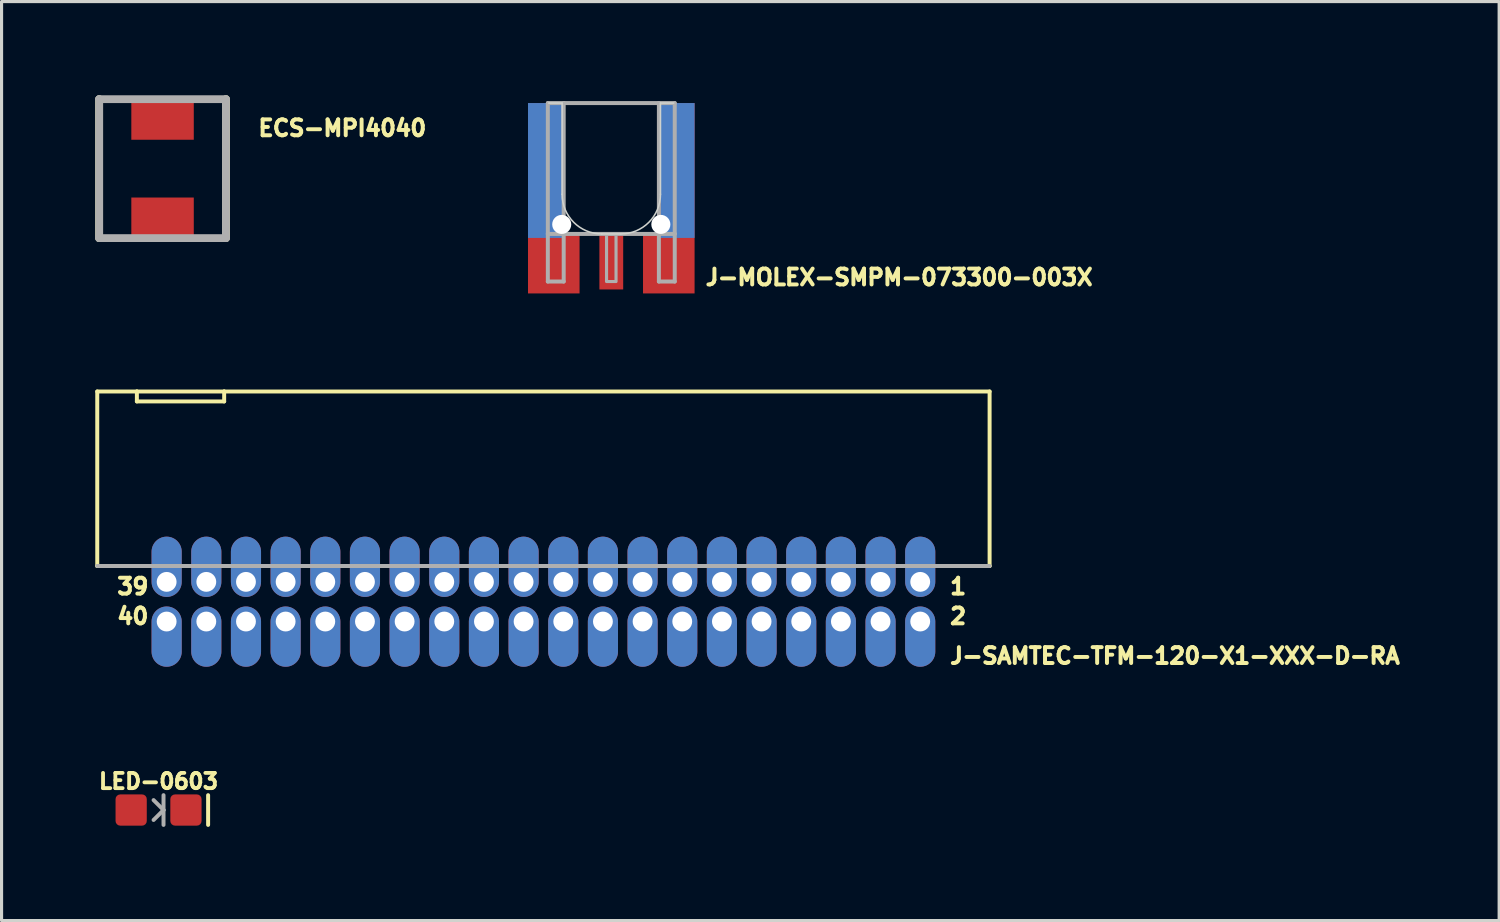
<source format=kicad_pcb>
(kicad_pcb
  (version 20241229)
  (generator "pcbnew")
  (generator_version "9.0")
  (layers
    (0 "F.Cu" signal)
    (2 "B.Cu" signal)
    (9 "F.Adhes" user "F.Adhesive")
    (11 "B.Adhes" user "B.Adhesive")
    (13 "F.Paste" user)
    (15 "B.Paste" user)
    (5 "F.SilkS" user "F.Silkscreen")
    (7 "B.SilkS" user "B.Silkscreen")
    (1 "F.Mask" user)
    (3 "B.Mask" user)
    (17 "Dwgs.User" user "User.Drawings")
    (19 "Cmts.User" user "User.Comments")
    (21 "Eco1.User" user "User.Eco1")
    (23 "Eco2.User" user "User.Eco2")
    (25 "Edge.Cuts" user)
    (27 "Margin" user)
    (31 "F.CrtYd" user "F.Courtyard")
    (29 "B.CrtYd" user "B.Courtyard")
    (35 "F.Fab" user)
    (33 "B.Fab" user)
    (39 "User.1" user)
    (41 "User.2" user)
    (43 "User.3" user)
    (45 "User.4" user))
  (footprint "ECS-MPI4040"
    (layer "F.Cu")
    (at 2.155 2.35)
    (property "Reference" "ECS-MPI4040" (at 3 -1 0) (layer "F.SilkS") (effects (font (size 0.508 0.508) (thickness 0.127)) (justify left bottom)))
    (fp_line (start -2.03 -2.225) (end -2.03 2.225) (stroke (width 0.25) (type solid)) (layer "F.SilkS"))
    (fp_line (start 2.03 -2.225) (end 2.03 2.225) (stroke (width 0.25) (type solid)) (layer "F.SilkS"))
    (fp_line (start -2.03 -2.225) (end -2.03 2.225) (stroke (width 0.25) (type solid)) (layer "F.Fab"))
    (fp_line (start 2.03 -2.225) (end -2.03 -2.225) (stroke (width 0.25) (type solid)) (layer "F.Fab"))
    (fp_line (start 2.03 -2.225) (end 2.03 2.225) (stroke (width 0.25) (type solid)) (layer "F.Fab"))
    (fp_line (start 2.03 2.225) (end -2.03 2.225) (stroke (width 0.25) (type solid)) (layer "F.Fab"))
    (pad "1" smd rect (at 0 -1.575) (size 2 1.3) (layers "F.Cu" "F.Mask" "F.Paste"))
    (pad "2" smd rect (at 0 1.575) (size 2 1.3) (layers "F.Cu" "F.Mask" "F.Paste")))
  (footprint "LED-0603"
    (layer "F.Cu")
    (at 2.027 22.888)
    (property "Reference" "LED-0603" (at 0 -0.635 0) (layer "F.SilkS") (effects (font (size 0.488 0.488) (thickness 0.122)) (justify bottom)))
    (fp_line (start 1.587 -0.476) (end 1.587 0.476) (stroke (width 0.127) (type solid)) (layer "F.SilkS"))
    (fp_line (start 0.159 -0.476) (end 0.159 0) (stroke (width 0.127) (type solid)) (layer "F.Fab"))
    (fp_line (start 0.159 0) (end -0.159 -0.318) (stroke (width 0.127) (type solid)) (layer "F.Fab"))
    (fp_line (start 0.159 0) (end -0.159 0.318) (stroke (width 0.127) (type solid)) (layer "F.Fab"))
    (fp_line (start 0.159 0) (end 0.159 0.476) (stroke (width 0.127) (type solid)) (layer "F.Fab"))
    (pad "A" smd roundrect (at -0.877 0 270) (size 1 1) (layers "F.Cu" "F.Mask" "F.Paste") (roundrect_rratio 0.15))
    (pad "C" smd roundrect (at 0.877 0 270) (size 1 1) (layers "F.Cu" "F.Mask" "F.Paste") (roundrect_rratio 0.15)))
  (footprint "J-MOLEX-SMPM-073300-003X"
    (layer "F.Cu")
    (at 16.524 0.25)
    (property "Reference" "J-MOLEX-SMPM-073300-003X" (at 2.953 5.877 0) (layer "F.SilkS") (effects (font (size 0.508 0.508) (thickness 0.127)) (justify left bottom)))
    (fp_poly (pts (xy -1.575 4.191) (xy -1.016 4.191) (xy -1.016 6.096) (xy -2.667 6.096) (xy -2.667 0) (xy -1.575 0)) (stroke (width 0) (type solid)) (fill yes) (layer "F.Cu"))
    (fp_poly (pts (xy 2.667 6.096) (xy 1.016 6.096) (xy 1.016 4.191) (xy 1.575 4.191) (xy 1.575 0) (xy 2.667 0)) (stroke (width 0) (type solid)) (fill yes) (layer "F.Cu"))
    (fp_poly (pts (xy -1.448 4.115) (xy -0.94 4.115) (xy -0.94 6.172) (xy -2.743 6.172) (xy -2.743 -0.076) (xy -1.448 -0.076)) (stroke (width 0) (type solid)) (fill yes) (layer "F.Mask"))
    (fp_poly (pts (xy 2.743 6.172) (xy 0.94 6.172) (xy 0.94 4.115) (xy 1.448 4.115) (xy 1.448 -0.076) (xy 2.743 -0.076)) (stroke (width 0) (type solid)) (fill yes) (layer "F.Mask"))
    (fp_poly (pts (xy -1.575 4.318) (xy -2.667 4.318) (xy -2.667 0) (xy -1.575 0)) (stroke (width 0) (type solid)) (fill yes) (layer "B.Cu"))
    (fp_poly (pts (xy 2.667 4.318) (xy 1.575 4.318) (xy 1.575 0) (xy 2.667 0)) (stroke (width 0) (type solid)) (fill yes) (layer "B.Cu"))
    (fp_poly (pts (xy -1.448 4.394) (xy -2.743 4.394) (xy -2.743 -0.076) (xy -1.448 -0.076)) (stroke (width 0) (type solid)) (fill yes) (layer "B.Mask"))
    (fp_poly (pts (xy 2.743 4.394) (xy 1.448 4.394) (xy 1.448 -0.076) (xy 2.743 -0.076)) (stroke (width 0) (type solid)) (fill yes) (layer "B.Mask"))
    (fp_line (start -2 0) (end -1.575 0) (stroke (width 0.05) (type solid)) (layer "Edge.Cuts"))
    (fp_line (start -1.575 0) (end -1.575 2.921) (stroke (width 0.05) (type solid)) (layer "Edge.Cuts"))
    (fp_line (start -0.305 4.191) (end 0.305 4.191) (stroke (width 0.05) (type solid)) (layer "Edge.Cuts"))
    (fp_line (start 1.575 0) (end 2 0) (stroke (width 0.05) (type solid)) (layer "Edge.Cuts"))
    (fp_line (start 1.575 2.921) (end 1.575 0) (stroke (width 0.05) (type solid)) (layer "Edge.Cuts"))
    (fp_arc (start -0.304799 4.191001) (mid -1.202825 3.819026) (end -1.5748 2.921) (stroke (width 0.05) (type solid)) (layer "Edge.Cuts"))
    (fp_arc (start 1.574799 2.920999) (mid 1.202825 3.819025) (end 0.3048 4.191) (stroke (width 0.05) (type solid)) (layer "Edge.Cuts"))
    (fp_line (start -2.032 0) (end -2.032 4.191) (stroke (width 0.127) (type solid)) (layer "F.Fab"))
    (fp_line (start -2.032 4.191) (end -2.032 5.715) (stroke (width 0.127) (type solid)) (layer "F.Fab"))
    (fp_line (start -2.032 4.191) (end -1.524 4.191) (stroke (width 0.127) (type solid)) (layer "F.Fab"))
    (fp_line (start -2.032 5.715) (end -1.524 5.715) (stroke (width 0.127) (type solid)) (layer "F.Fab"))
    (fp_line (start -1.524 0) (end -2.032 0) (stroke (width 0.127) (type solid)) (layer "F.Fab"))
    (fp_line (start -1.524 0) (end -1.524 4.191) (stroke (width 0.127) (type solid)) (layer "F.Fab"))
    (fp_line (start -1.524 4.191) (end 0 4.191) (stroke (width 0.127) (type solid)) (layer "F.Fab"))
    (fp_line (start -1.524 5.715) (end -1.524 4.191) (stroke (width 0.127) (type solid)) (layer "F.Fab"))
    (fp_line (start 0 4.191) (end 1.524 4.191) (stroke (width 0.127) (type solid)) (layer "F.Fab"))
    (fp_line (start 1.524 0) (end -1.524 0) (stroke (width 0.127) (type solid)) (layer "F.Fab"))
    (fp_line (start 1.524 0) (end 1.524 4.191) (stroke (width 0.127) (type solid)) (layer "F.Fab"))
    (fp_line (start 1.524 4.191) (end 2.032 4.191) (stroke (width 0.127) (type solid)) (layer "F.Fab"))
    (fp_line (start 1.524 5.715) (end 1.524 4.191) (stroke (width 0.127) (type solid)) (layer "F.Fab"))
    (fp_line (start 2.032 0) (end 1.524 0) (stroke (width 0.127) (type solid)) (layer "F.Fab"))
    (fp_line (start 2.032 4.191) (end 2.032 0) (stroke (width 0.127) (type solid)) (layer "F.Fab"))
    (fp_line (start 2.032 4.191) (end 2.032 5.715) (stroke (width 0.127) (type solid)) (layer "F.Fab"))
    (fp_line (start 2.032 5.715) (end 1.524 5.715) (stroke (width 0.127) (type solid)) (layer "F.Fab"))
    (fp_poly (pts (xy -0.152 5.715) (xy 0.152 5.715) (xy 0.152 4.191) (xy -0.152 4.191)) (stroke (width 0.1) (type solid)) (fill no) (layer "F.Fab"))
    (pad "" np_thru_hole circle (at -1.587 3.886) (size 0.61 0.61) (drill 0.61) (layers "*.Cu" "*.Mask"))
    (pad "" np_thru_hole circle (at 1.587 3.886) (size 0.61 0.61) (drill 0.61) (layers "*.Cu" "*.Mask"))
    (pad "P$1" smd rect (at -1.778 5.08) (size 0.508 0.508) (layers "F.Cu"))
    (pad "P$2" smd rect (at 1.778 5.08) (size 0.508 0.508) (layers "F.Cu"))
    (pad "P$3" smd rect (at -2.032 1.778 180) (size 0.508 0.508) (layers "B.Cu"))
    (pad "P$4" smd rect (at 2.032 1.778 180) (size 0.508 0.508) (layers "B.Cu"))
    (pad "RF" smd rect (at 0 5.08) (size 0.762 1.778) (layers "F.Cu" "F.Mask")))
  (footprint "J-SAMTEC-TFM-120-X1-XXX-D-RA"
    (layer "F.Cu")
    (at 14.351 16.217)
    (property "Reference" "J-SAMTEC-TFM-120-X1-XXX-D-RA" (at 12.954 2.032 0) (layer "F.SilkS") (effects (font (size 0.508 0.508) (thickness 0.127)) (justify left bottom)))
    (fp_line (start -14.287 -6.731) (end -13.018 -6.731) (stroke (width 0.127) (type solid)) (layer "F.SilkS"))
    (fp_line (start -14.287 -1.143) (end -14.287 -6.731) (stroke (width 0.127) (type solid)) (layer "F.SilkS"))
    (fp_line (start -14.287 -1.143) (end -13.018 -1.143) (stroke (width 0.127) (type solid)) (layer "F.SilkS"))
    (fp_line (start -13.018 -6.731) (end -13.018 -6.413) (stroke (width 0.127) (type solid)) (layer "F.SilkS"))
    (fp_line (start -13.018 -6.731) (end -10.223 -6.731) (stroke (width 0.127) (type solid)) (layer "F.SilkS"))
    (fp_line (start -13.018 -6.413) (end -10.223 -6.413) (stroke (width 0.127) (type solid)) (layer "F.SilkS"))
    (fp_line (start -10.223 -6.731) (end 14.287 -6.731) (stroke (width 0.127) (type solid)) (layer "F.SilkS"))
    (fp_line (start -10.223 -6.413) (end -10.223 -6.731) (stroke (width 0.127) (type solid)) (layer "F.SilkS"))
    (fp_line (start 12.827 -1.143) (end 14.287 -1.143) (stroke (width 0.127) (type solid)) (layer "F.SilkS"))
    (fp_line (start 14.287 -6.731) (end 14.287 -1.143) (stroke (width 0.127) (type solid)) (layer "F.SilkS"))
    (fp_line (start -14.287 -1.143) (end -13.018 -1.143) (stroke (width 0.127) (type solid)) (layer "F.Fab"))
    (fp_line (start -13.018 -1.143) (end -10.223 -1.143) (stroke (width 0.127) (type solid)) (layer "F.Fab"))
    (fp_line (start -10.223 -1.143) (end 14.287 -1.143) (stroke (width 0.127) (type solid)) (layer "F.Fab"))
    (fp_text user "39" (at -13.716 -0.191 0) (layer "F.SilkS") (effects (font (size 0.508 0.508) (thickness 0.127)) (justify left bottom)))
    (fp_text user "1" (at 12.954 -0.191 0) (layer "F.SilkS") (effects (font (size 0.508 0.508) (thickness 0.127)) (justify left bottom)))
    (fp_text user "40" (at -13.716 0.762 0) (layer "F.SilkS") (effects (font (size 0.508 0.508) (thickness 0.127)) (justify left bottom)))
    (fp_text user "2" (at 12.954 0.762 0) (layer "F.SilkS") (effects (font (size 0.508 0.508) (thickness 0.127)) (justify left bottom)))
    (pad "1" thru_hole oval (at 12.065 -0.635 90) (size 1.93 0.965) (drill 0.635 (offset 0.483 0)) (layers "*.Cu" "*.Mask"))
    (pad "2" thru_hole oval (at 12.065 0.635 270) (size 1.93 0.965) (drill 0.635 (offset 0.483 0)) (layers "*.Cu" "*.Mask"))
    (pad "3" thru_hole oval (at 10.795 -0.635 90) (size 1.93 0.965) (drill 0.635 (offset 0.483 0)) (layers "*.Cu" "*.Mask"))
    (pad "4" thru_hole oval (at 10.795 0.635 270) (size 1.93 0.965) (drill 0.635 (offset 0.483 0)) (layers "*.Cu" "*.Mask"))
    (pad "5" thru_hole oval (at 9.525 -0.635 90) (size 1.93 0.965) (drill 0.635 (offset 0.483 0)) (layers "*.Cu" "*.Mask"))
    (pad "6" thru_hole oval (at 9.525 0.635 270) (size 1.93 0.965) (drill 0.635 (offset 0.483 0)) (layers "*.Cu" "*.Mask"))
    (pad "7" thru_hole oval (at 8.255 -0.635 90) (size 1.93 0.965) (drill 0.635 (offset 0.483 0)) (layers "*.Cu" "*.Mask"))
    (pad "8" thru_hole oval (at 8.255 0.635 270) (size 1.93 0.965) (drill 0.635 (offset 0.483 0)) (layers "*.Cu" "*.Mask"))
    (pad "9" thru_hole oval (at 6.985 -0.635 90) (size 1.93 0.965) (drill 0.635 (offset 0.483 0)) (layers "*.Cu" "*.Mask"))
    (pad "10" thru_hole oval (at 6.985 0.635 270) (size 1.93 0.965) (drill 0.635 (offset 0.483 0)) (layers "*.Cu" "*.Mask"))
    (pad "11" thru_hole oval (at 5.715 -0.635 90) (size 1.93 0.965) (drill 0.635 (offset 0.483 0)) (layers "*.Cu" "*.Mask"))
    (pad "12" thru_hole oval (at 5.715 0.635 270) (size 1.93 0.965) (drill 0.635 (offset 0.483 0)) (layers "*.Cu" "*.Mask"))
    (pad "13" thru_hole oval (at 4.445 -0.635 90) (size 1.93 0.965) (drill 0.635 (offset 0.483 0)) (layers "*.Cu" "*.Mask"))
    (pad "14" thru_hole oval (at 4.445 0.635 270) (size 1.93 0.965) (drill 0.635 (offset 0.483 0)) (layers "*.Cu" "*.Mask"))
    (pad "15" thru_hole oval (at 3.175 -0.635 90) (size 1.93 0.965) (drill 0.635 (offset 0.483 0)) (layers "*.Cu" "*.Mask"))
    (pad "16" thru_hole oval (at 3.175 0.635 270) (size 1.93 0.965) (drill 0.635 (offset 0.483 0)) (layers "*.Cu" "*.Mask"))
    (pad "17" thru_hole oval (at 1.905 -0.635 90) (size 1.93 0.965) (drill 0.635 (offset 0.483 0)) (layers "*.Cu" "*.Mask"))
    (pad "18" thru_hole oval (at 1.905 0.635 270) (size 1.93 0.965) (drill 0.635 (offset 0.483 0)) (layers "*.Cu" "*.Mask"))
    (pad "19" thru_hole oval (at 0.635 -0.635 90) (size 1.93 0.965) (drill 0.635 (offset 0.483 0)) (layers "*.Cu" "*.Mask"))
    (pad "20" thru_hole oval (at 0.635 0.635 270) (size 1.93 0.965) (drill 0.635 (offset 0.483 0)) (layers "*.Cu" "*.Mask"))
    (pad "21" thru_hole oval (at -0.635 -0.635 90) (size 1.93 0.965) (drill 0.635 (offset 0.483 0)) (layers "*.Cu" "*.Mask"))
    (pad "22" thru_hole oval (at -0.635 0.635 270) (size 1.93 0.965) (drill 0.635 (offset 0.483 0)) (layers "*.Cu" "*.Mask"))
    (pad "23" thru_hole oval (at -1.905 -0.635 90) (size 1.93 0.965) (drill 0.635 (offset 0.483 0)) (layers "*.Cu" "*.Mask"))
    (pad "24" thru_hole oval (at -1.905 0.635 270) (size 1.93 0.965) (drill 0.635 (offset 0.483 0)) (layers "*.Cu" "*.Mask"))
    (pad "25" thru_hole oval (at -3.175 -0.635 90) (size 1.93 0.965) (drill 0.635 (offset 0.483 0)) (layers "*.Cu" "*.Mask"))
    (pad "26" thru_hole oval (at -3.175 0.635 270) (size 1.93 0.965) (drill 0.635 (offset 0.483 0)) (layers "*.Cu" "*.Mask"))
    (pad "27" thru_hole oval (at -4.445 -0.635 90) (size 1.93 0.965) (drill 0.635 (offset 0.483 0)) (layers "*.Cu" "*.Mask"))
    (pad "28" thru_hole oval (at -4.445 0.635 270) (size 1.93 0.965) (drill 0.635 (offset 0.483 0)) (layers "*.Cu" "*.Mask"))
    (pad "29" thru_hole oval (at -5.715 -0.635 90) (size 1.93 0.965) (drill 0.635 (offset 0.483 0)) (layers "*.Cu" "*.Mask"))
    (pad "30" thru_hole oval (at -5.715 0.635 270) (size 1.93 0.965) (drill 0.635 (offset 0.483 0)) (layers "*.Cu" "*.Mask"))
    (pad "31" thru_hole oval (at -6.985 -0.635 90) (size 1.93 0.965) (drill 0.635 (offset 0.483 0)) (layers "*.Cu" "*.Mask"))
    (pad "32" thru_hole oval (at -6.985 0.635 270) (size 1.93 0.965) (drill 0.635 (offset 0.483 0)) (layers "*.Cu" "*.Mask"))
    (pad "33" thru_hole oval (at -8.255 -0.635 90) (size 1.93 0.965) (drill 0.635 (offset 0.483 0)) (layers "*.Cu" "*.Mask"))
    (pad "34" thru_hole oval (at -8.255 0.635 270) (size 1.93 0.965) (drill 0.635 (offset 0.483 0)) (layers "*.Cu" "*.Mask"))
    (pad "35" thru_hole oval (at -9.525 -0.635 90) (size 1.93 0.965) (drill 0.635 (offset 0.483 0)) (layers "*.Cu" "*.Mask"))
    (pad "36" thru_hole oval (at -9.525 0.635 270) (size 1.93 0.965) (drill 0.635 (offset 0.483 0)) (layers "*.Cu" "*.Mask"))
    (pad "37" thru_hole oval (at -10.795 -0.635 90) (size 1.93 0.965) (drill 0.635 (offset 0.483 0)) (layers "*.Cu" "*.Mask"))
    (pad "38" thru_hole oval (at -10.795 0.635 270) (size 1.93 0.965) (drill 0.635 (offset 0.483 0)) (layers "*.Cu" "*.Mask"))
    (pad "39" thru_hole oval (at -12.065 -0.635 90) (size 1.93 0.965) (drill 0.635 (offset 0.483 0)) (layers "*.Cu" "*.Mask"))
    (pad "40" thru_hole oval (at -12.065 0.635 270) (size 1.93 0.965) (drill 0.635 (offset 0.483 0)) (layers "*.Cu" "*.Mask")))
  (gr_rect
    (start -3 -3)
    (end 44.954 26.428)
    (stroke (width 0.1) (type default))
    (fill no)
    (layer "Edge.Cuts")))
</source>
